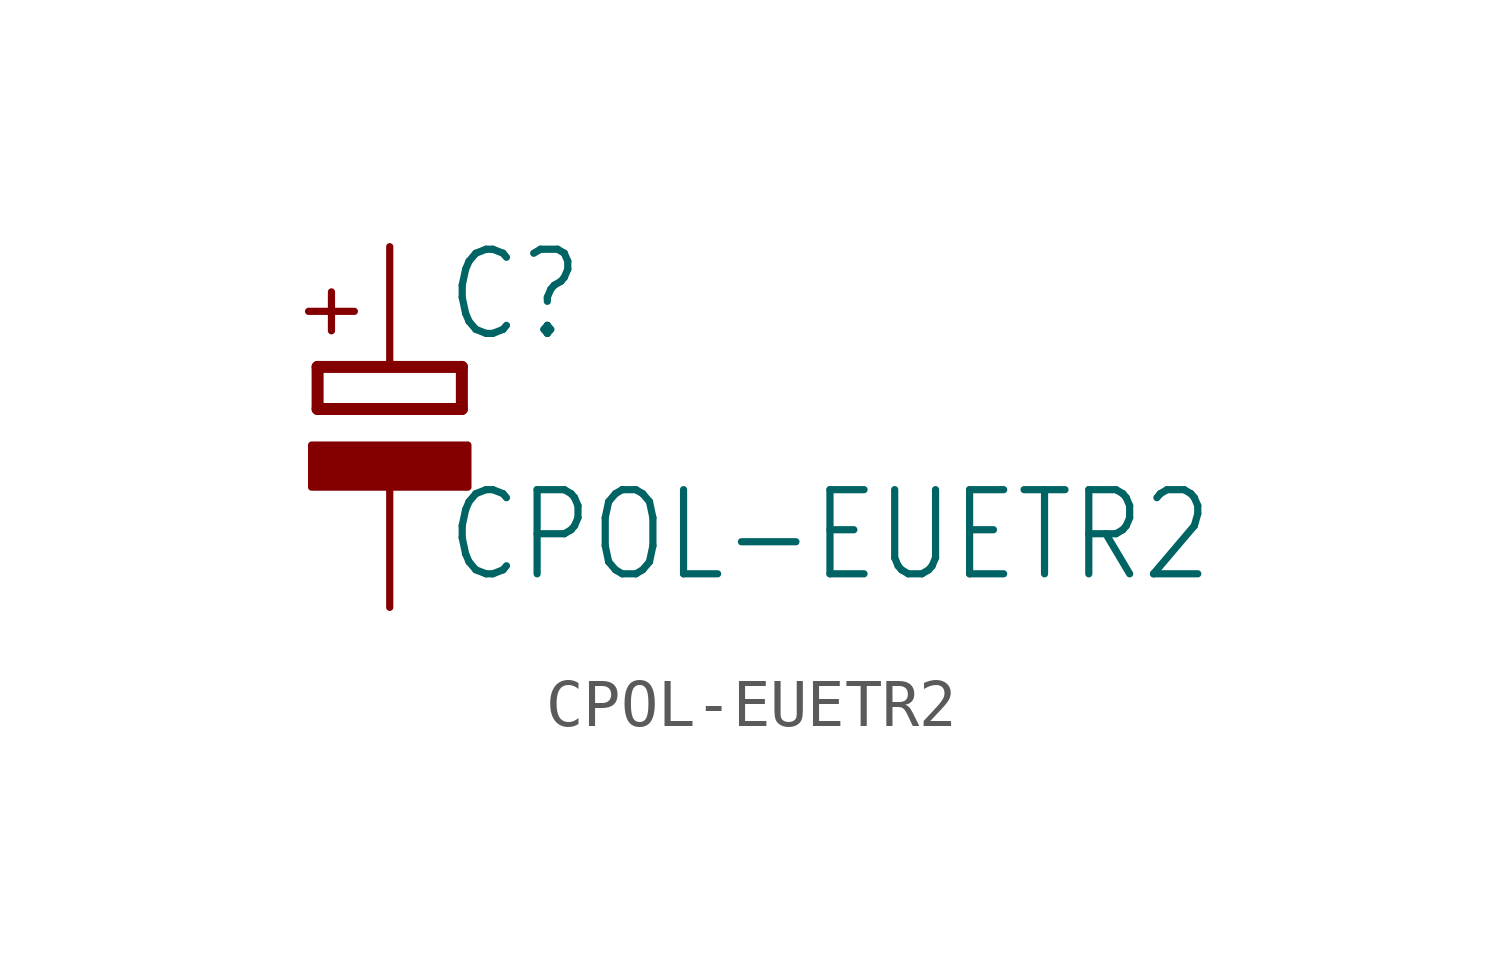
<source format=kicad_sym>
(kicad_symbol_lib
  (version 20220331)
  (generator kicad_symbol_editor)
  (symbol "CPOL-EUETR2"
    (property "Reference" "C"
      (at 1.143 0.483 0)
      (effects (font (size 1.778 1.511)) (justify left bottom)))
    (property "Value" "CPOL-EUETR2"
      (at 1.143 -4.597 0)
      (effects (font (size 1.778 1.511)) (justify left bottom)))
    (property "ki_locked" ""
      (at 0 0 0)
      (effects (font (size 1.27 1.27))))
    (symbol "CPOL-EUETR2_1_0"
      (rectangle (start -1.651 -2.54) (end 1.651 -1.651) (stroke (width 0) (type default)) (fill (type outline)))
      (polyline (pts (xy -1.524 -0.889) (xy 1.524 -0.889)) (stroke (width 0.254) (type solid)) (fill (type none)))
      (polyline (pts (xy -1.524 0) (xy -1.524 -0.889)) (stroke (width 0.254) (type solid)) (fill (type none)))
      (polyline (pts (xy -1.524 0) (xy 1.524 0)) (stroke (width 0.254) (type solid)) (fill (type none)))
      (polyline (pts (xy 1.524 -0.889) (xy 1.524 0)) (stroke (width 0.254) (type solid)) (fill (type none)))
      (text "+" (at -0.584 0.406 900) (effects (font (size 1.27 1.079)) (justify left bottom)))
      (pin passive line (at 0 2.54 270) (length 2.54) (name "+" (effects (font (size 0 0)))) (number "+" (effects (font (size 0 0)))))
      (pin passive line (at 0 -5.08 90) (length 2.54) (name "-" (effects (font (size 0 0)))) (number "-" (effects (font (size 0 0))))))))
</source>
